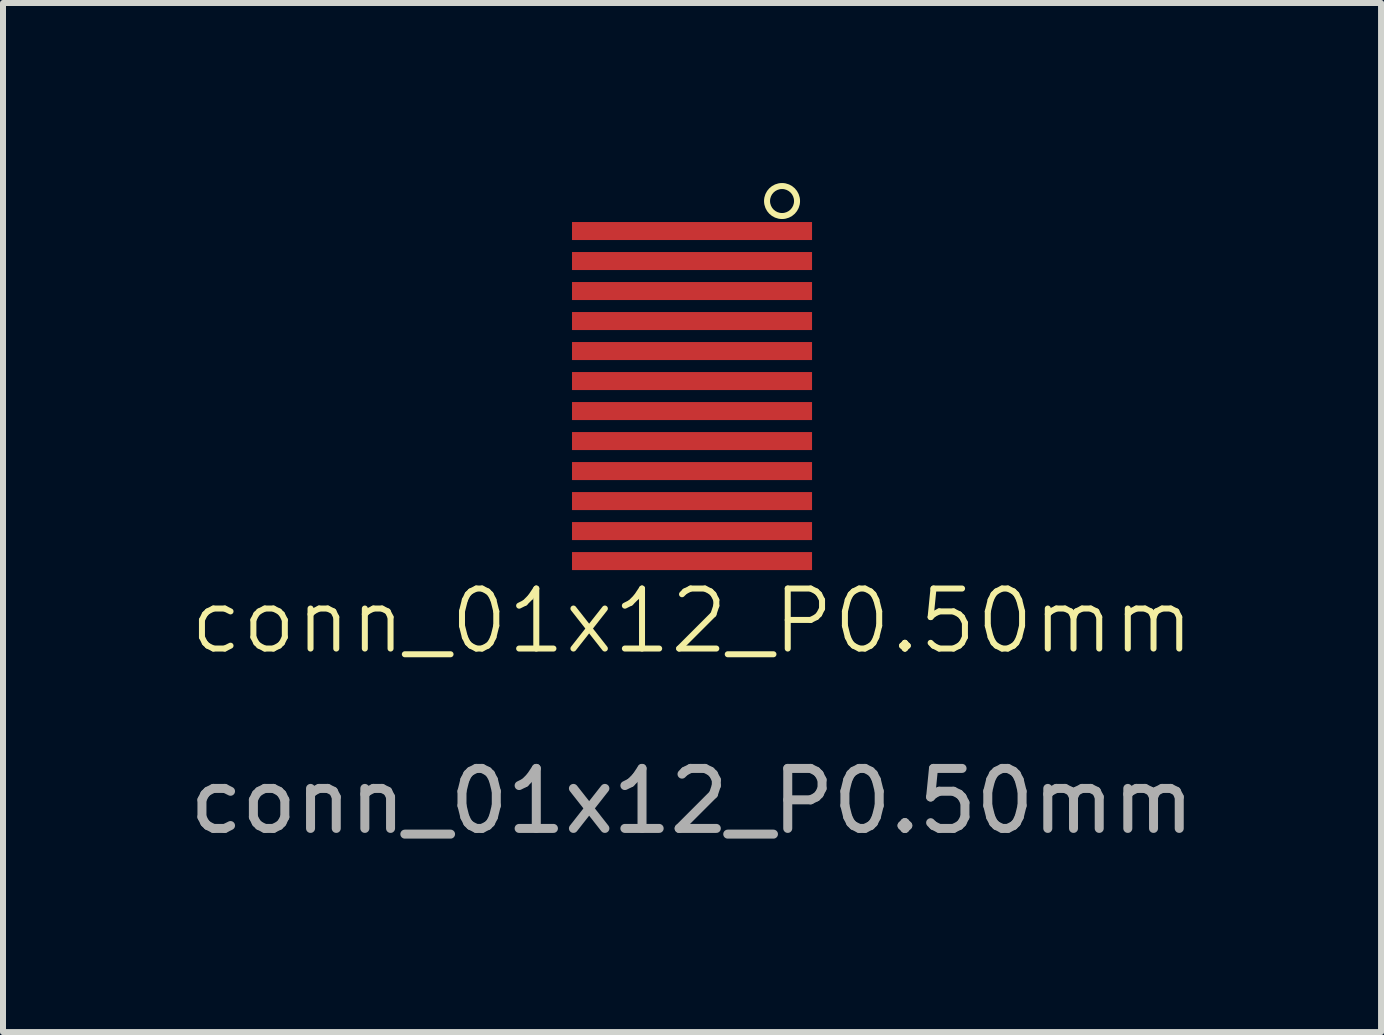
<source format=kicad_pcb>
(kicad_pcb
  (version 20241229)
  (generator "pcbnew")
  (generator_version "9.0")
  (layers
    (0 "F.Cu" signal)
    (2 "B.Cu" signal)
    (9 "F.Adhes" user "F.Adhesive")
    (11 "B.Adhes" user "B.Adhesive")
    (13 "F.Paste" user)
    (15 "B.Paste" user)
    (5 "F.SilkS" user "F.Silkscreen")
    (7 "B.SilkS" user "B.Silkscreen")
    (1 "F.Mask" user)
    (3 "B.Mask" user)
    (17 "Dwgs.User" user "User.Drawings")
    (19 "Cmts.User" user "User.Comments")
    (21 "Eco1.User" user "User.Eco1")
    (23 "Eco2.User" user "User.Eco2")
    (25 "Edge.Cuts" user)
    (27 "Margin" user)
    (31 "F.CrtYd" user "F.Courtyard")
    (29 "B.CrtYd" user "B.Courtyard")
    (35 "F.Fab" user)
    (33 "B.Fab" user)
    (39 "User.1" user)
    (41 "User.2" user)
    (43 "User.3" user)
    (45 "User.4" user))
  (footprint "conn_01x12_P0.50mm"
    (layer "F.Cu")
    (at 8.482 3.55)
    (property "Reference" "conn_01x12_P0.50mm" (at 0 3.75 0) (unlocked yes) (layer "F.SilkS") (effects (font (size 1 1) (thickness 0.1))))
    (attr smd)
    (fp_circle (center 1.5 -3.25) (end 1.75 -3.25) (stroke (width 0.1) (type default)) (fill no) (layer "F.SilkS"))
    (fp_text user "${REFERENCE}" (at 0 6.75 0) (unlocked yes) (layer "F.Fab") (effects (font (size 1 1) (thickness 0.15))))
    (pad "1" smd rect (at 0 -2.75 270) (size 0.3 4) (layers "F.Cu" "F.Mask" "F.Paste"))
    (pad "2" smd rect (at 0 -2.25 270) (size 0.3 4) (layers "F.Cu" "F.Mask" "F.Paste"))
    (pad "3" smd rect (at 0 -1.75 270) (size 0.3 4) (layers "F.Cu" "F.Mask" "F.Paste"))
    (pad "4" smd rect (at 0 -1.25 270) (size 0.3 4) (layers "F.Cu" "F.Mask" "F.Paste"))
    (pad "5" smd rect (at 0 -0.75 270) (size 0.3 4) (layers "F.Cu" "F.Mask" "F.Paste"))
    (pad "6" smd rect (at 0 -0.25 270) (size 0.3 4) (layers "F.Cu" "F.Mask" "F.Paste"))
    (pad "7" smd rect (at 0 0.25 270) (size 0.3 4) (layers "F.Cu" "F.Mask" "F.Paste"))
    (pad "8" smd rect (at 0 0.75 270) (size 0.3 4) (layers "F.Cu" "F.Mask" "F.Paste"))
    (pad "9" smd rect (at 0 1.25 270) (size 0.3 4) (layers "F.Cu" "F.Mask" "F.Paste"))
    (pad "10" smd rect (at 0 1.75 270) (size 0.3 4) (layers "F.Cu" "F.Mask" "F.Paste"))
    (pad "11" smd rect (at 0 2.25 270) (size 0.3 4) (layers "F.Cu" "F.Mask" "F.Paste"))
    (pad "12" smd rect (at 0 2.75 270) (size 0.3 4) (layers "F.Cu" "F.Mask" "F.Paste")))
  (gr_rect
    (start -3 -3)
    (end 19.964 14.148)
    (stroke (width 0.1) (type default))
    (fill no)
    (layer "Edge.Cuts")))
</source>
